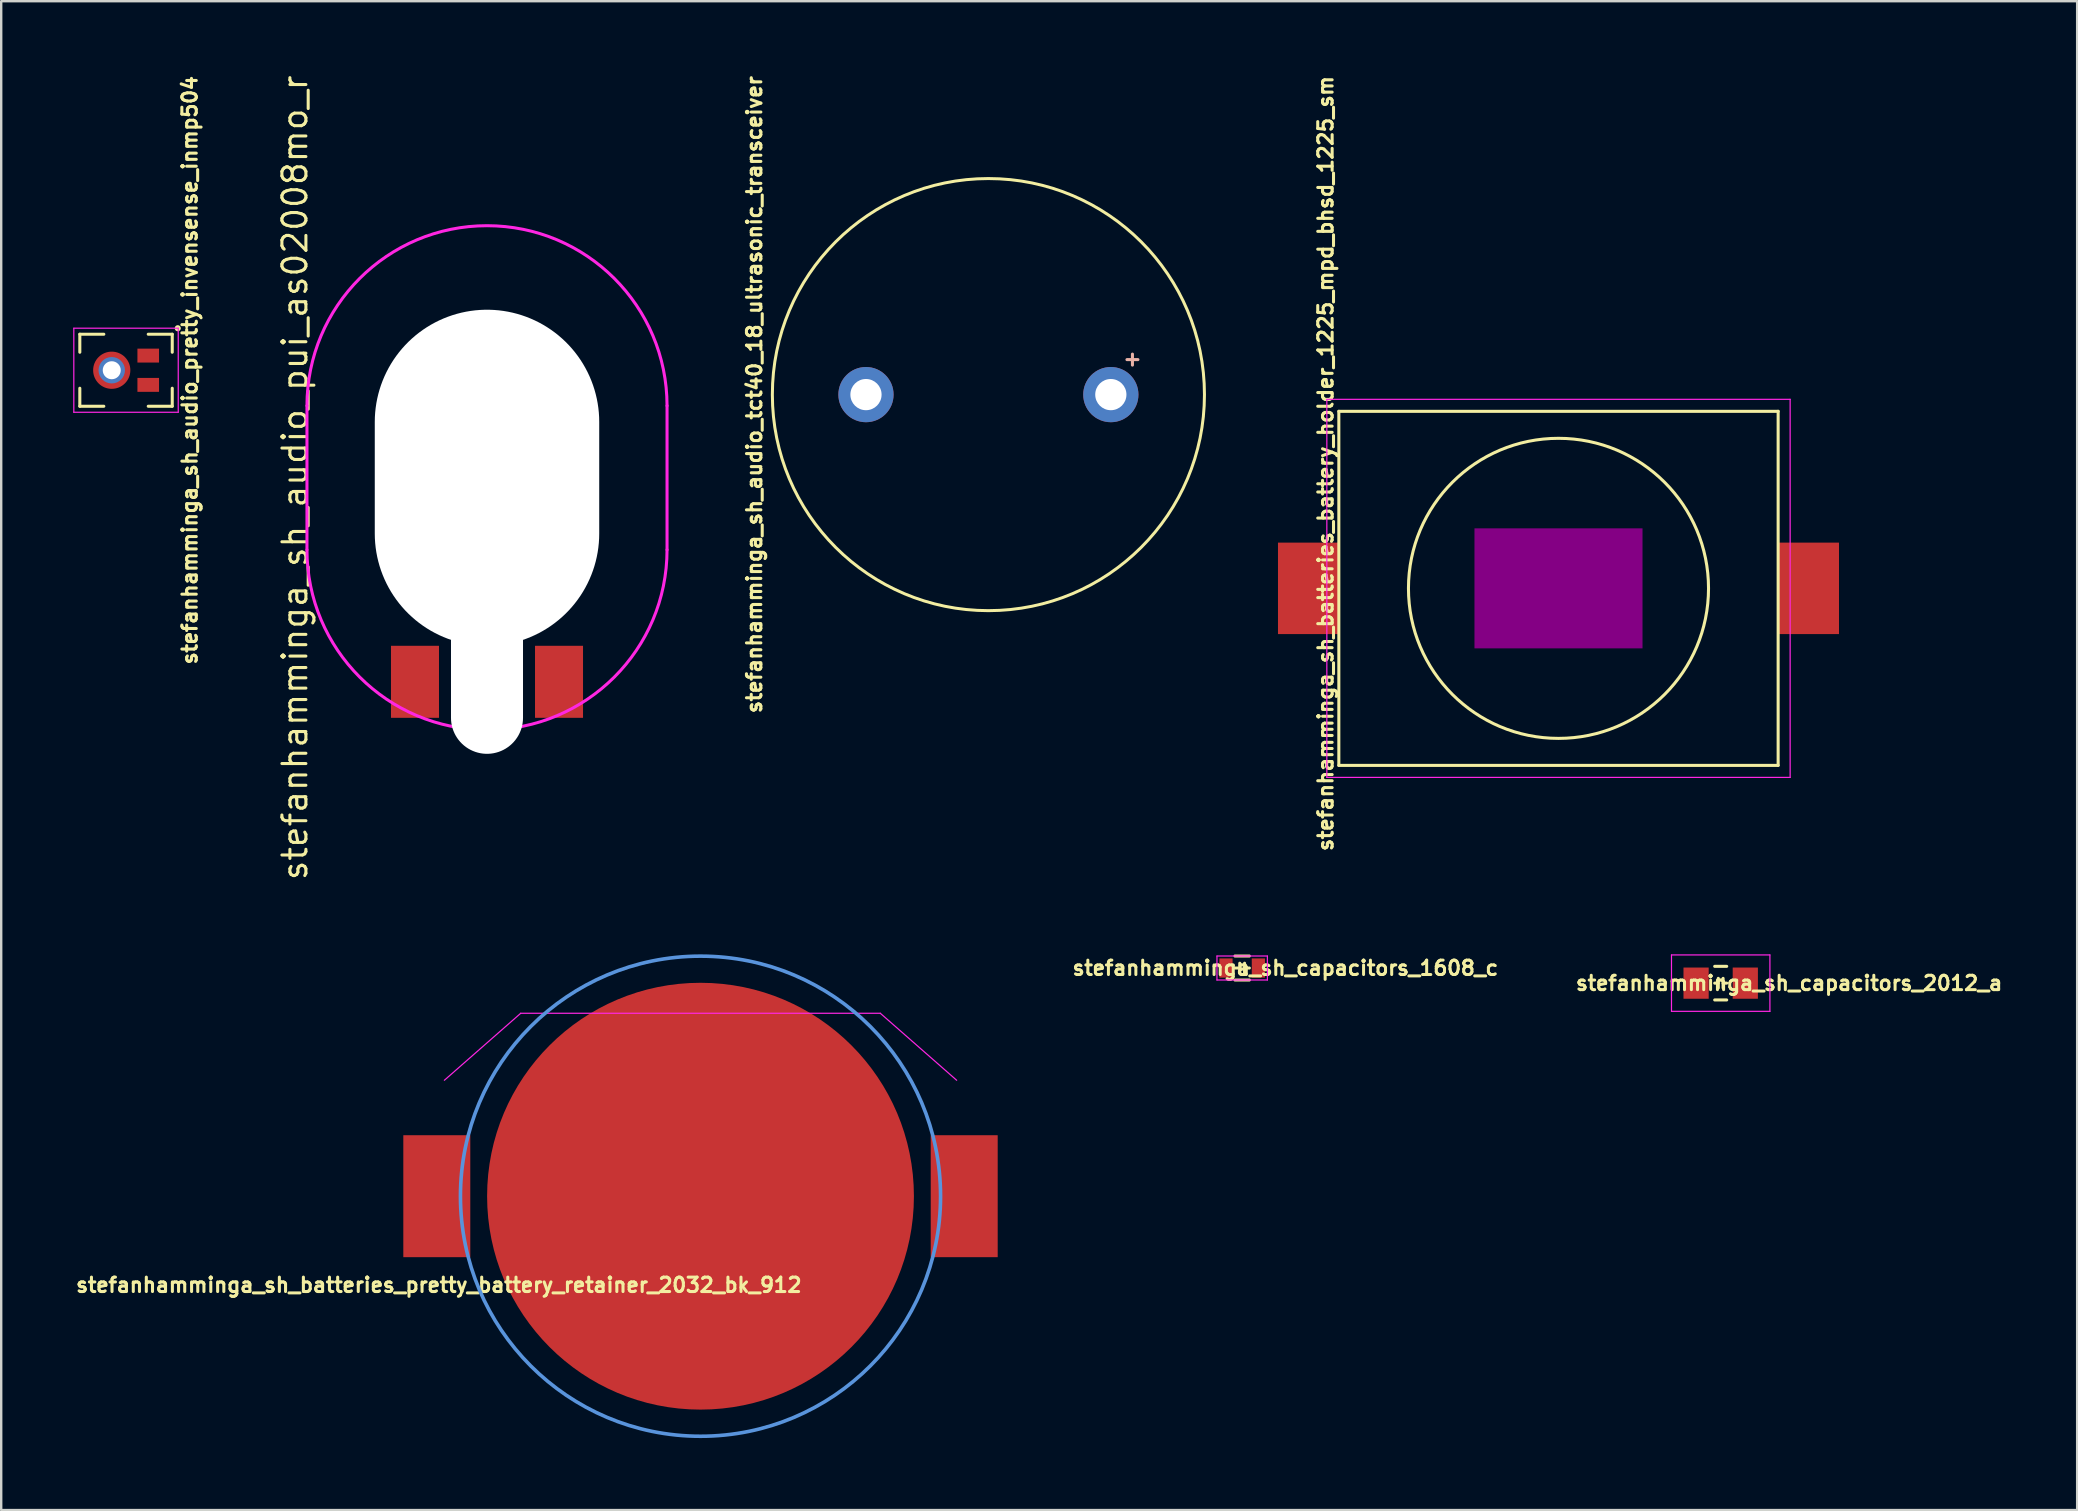
<source format=kicad_pcb>
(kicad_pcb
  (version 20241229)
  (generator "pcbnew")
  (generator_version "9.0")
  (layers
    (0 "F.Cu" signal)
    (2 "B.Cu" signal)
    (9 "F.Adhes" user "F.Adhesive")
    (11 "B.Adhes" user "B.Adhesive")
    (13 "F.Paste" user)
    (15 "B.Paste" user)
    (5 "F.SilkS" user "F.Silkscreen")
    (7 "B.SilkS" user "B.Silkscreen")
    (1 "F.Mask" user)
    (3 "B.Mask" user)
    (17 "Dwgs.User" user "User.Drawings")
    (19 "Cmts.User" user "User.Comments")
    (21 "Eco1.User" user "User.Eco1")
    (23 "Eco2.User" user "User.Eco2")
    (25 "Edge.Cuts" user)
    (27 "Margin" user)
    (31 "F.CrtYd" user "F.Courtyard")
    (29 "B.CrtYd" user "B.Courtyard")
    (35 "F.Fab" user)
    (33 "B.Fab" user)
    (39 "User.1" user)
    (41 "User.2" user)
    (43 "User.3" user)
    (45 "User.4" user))
  (footprint "stefanhamminga_sh_batteries_pretty_battery_retainer_2032_bk_912"
    (layer "F.Cu")
    (at 26.131 46.78)
    (property "Reference" "stefanhamminga_sh_batteries_pretty_battery_retainer_2032_bk_912" (at -10.9 3.7 0) (layer "F.SilkS") (effects (font (size 0.6 0.6) (thickness 0.127))))
    (attr smd)
    (fp_circle (center 0 0) (end 10 0) (stroke (width 0.15) (type solid)) (fill no) (layer "Cmts.User"))
    (fp_line (start -7.49 -7.62) (end -10.67 -4.83) (stroke (width 0.05) (type solid)) (layer "F.CrtYd"))
    (fp_line (start -7.49 -7.62) (end 7.49 -7.62) (stroke (width 0.05) (type solid)) (layer "F.CrtYd"))
    (fp_line (start 7.49 -7.62) (end 10.67 -4.83) (stroke (width 0.05) (type solid)) (layer "F.CrtYd"))
    (pad "1" smd rect (at -10.985 0) (size 2.79 5.08) (layers "F.Cu" "F.Mask" "F.Paste"))
    (pad "1" smd rect (at 10.985 0) (size 2.79 5.08) (layers "F.Cu" "F.Mask" "F.Paste"))
    (pad "2" connect circle (at 0 0) (size 17.78 17.78) (layers "F.Cu" "F.Mask")))
  (footprint "stefanhamminga_sh_audio_tct40_18_ultrasonic_transceiver"
    (layer "F.Cu")
    (at 38.124 13.388)
    (property "Reference" "stefanhamminga_sh_audio_tct40_18_ultrasonic_transceiver" (at -9.75 0 270) (layer "F.SilkS") (effects (font (size 0.6 0.6) (thickness 0.127))))
    (attr through_hole)
    (fp_circle (center 0 0) (end 0 -9) (stroke (width 0.125) (type solid)) (fill no) (layer "F.SilkS"))
    (fp_text user "+" (at 6 -1.5 0) (layer "B.SilkS") (effects (font (size 0.6 0.6) (thickness 0.127)) (justify mirror)))
    (pad "1" thru_hole circle (at -5.1 0) (size 2.3 2.3) (drill 1.3) (layers "*.Cu" "*.Mask"))
    (pad "2" thru_hole circle (at 5.1 0) (size 2.3 2.3) (drill 1.3) (layers "*.Cu" "*.Mask")))
  (footprint "stefanhamminga_sh_capacitors_2012_a"
    (layer "F.Cu")
    (at 68.629 37.905)
    (property "Reference" "stefanhamminga_sh_capacitors_2012_a" (at 2.85 0 0) (layer "F.SilkS") (effects (font (size 0.6 0.6) (thickness 0.125))))
    (attr smd)
    (fp_line (start -0.25 -0.7) (end 0.25 -0.7) (stroke (width 0.127) (type solid)) (layer "F.SilkS"))
    (fp_line (start -0.25 0.7) (end 0.25 0.7) (stroke (width 0.127) (type solid)) (layer "F.SilkS"))
    (fp_line (start -0.1 -0.2) (end -0.1 0.2) (stroke (width 0.127) (type solid)) (layer "F.SilkS"))
    (fp_line (start -0.1 0) (end -0.25 0) (stroke (width 0.127) (type solid)) (layer "F.SilkS"))
    (fp_line (start 0.1 -0.2) (end 0.1 0.2) (stroke (width 0.127) (type solid)) (layer "F.SilkS"))
    (fp_line (start 0.1 0) (end 0.25 0) (stroke (width 0.127) (type solid)) (layer "F.SilkS"))
    (fp_line (start -2.05 -1.175) (end 2.05 -1.175) (stroke (width 0.05) (type solid)) (layer "F.CrtYd"))
    (fp_line (start -2.05 1.175) (end -2.05 -1.175) (stroke (width 0.05) (type solid)) (layer "F.CrtYd"))
    (fp_line (start 2.05 -1.175) (end 2.05 1.175) (stroke (width 0.05) (type solid)) (layer "F.CrtYd"))
    (fp_line (start 2.05 1.175) (end -2.05 1.175) (stroke (width 0.05) (type solid)) (layer "F.CrtYd"))
    (pad "1" smd rect (at -1.025 0) (size 1.05 1.3) (layers "F.Cu" "F.Mask" "F.Paste"))
    (pad "2" smd rect (at 1.025 0) (size 1.05 1.3) (layers "F.Cu" "F.Mask" "F.Paste")))
  (footprint "stefanhamminga_sh_batteries_battery_holder_1225_mpd_bhsd_1225_sm"
    (layer "F.Cu")
    (at 61.872 21.459)
    (property "Reference" "stefanhamminga_sh_batteries_battery_holder_1225_mpd_bhsd_1225_sm" (at -9.7 -5.2 90) (layer "F.SilkS") (effects (font (size 0.6 0.6) (thickness 0.127))))
    (attr smd)
    (fp_line (start -9.15 -7.375) (end -9.15 7.375) (stroke (width 0.127) (type solid)) (layer "F.SilkS"))
    (fp_line (start -9.15 -7.375) (end 9.15 -7.375) (stroke (width 0.127) (type solid)) (layer "F.SilkS"))
    (fp_line (start -9.15 7.375) (end 9.15 7.375) (stroke (width 0.127) (type solid)) (layer "F.SilkS"))
    (fp_line (start 9.15 -7.375) (end 9.15 7.375) (stroke (width 0.127) (type solid)) (layer "F.SilkS"))
    (fp_circle (center 0 0) (end 0 -6.25) (stroke (width 0.127) (type solid)) (fill no) (layer "F.SilkS"))
    (fp_line (start -9.65 -7.875) (end -9.65 7.875) (stroke (width 0.05) (type solid)) (layer "F.CrtYd"))
    (fp_line (start -9.65 -7.875) (end 9.65 -7.875) (stroke (width 0.05) (type solid)) (layer "F.CrtYd"))
    (fp_line (start -9.65 7.875) (end 9.65 7.875) (stroke (width 0.05) (type solid)) (layer "F.CrtYd"))
    (fp_line (start 9.65 -7.875) (end 9.65 7.875) (stroke (width 0.05) (type solid)) (layer "F.CrtYd"))
    (pad "" smd rect (at 0 0) (size 7 5) (layers "F.Adhes"))
    (pad "1" smd rect (at -10.415 0) (size 2.54 3.81) (layers "F.Cu" "F.Mask" "F.Paste"))
    (pad "2" smd rect (at 10.415 0) (size 2.54 3.81) (layers "F.Cu" "F.Mask" "F.Paste")))
  (footprint "stefanhamminga_sh_capacitors_1608_c"
    (layer "F.Cu")
    (at 48.695 37.275)
    (property "Reference" "stefanhamminga_sh_capacitors_1608_c" (at 1.8 0 0) (layer "F.SilkS") (effects (font (size 0.6 0.6) (thickness 0.125))))
    (attr smd)
    (fp_line (start -0.3 -0.5) (end 0.3 -0.5) (stroke (width 0.127) (type solid)) (layer "F.SilkS"))
    (fp_line (start -0.3 0.5) (end 0.3 0.5) (stroke (width 0.127) (type solid)) (layer "F.SilkS"))
    (fp_line (start -0.1 -0.2) (end -0.1 0.2) (stroke (width 0.127) (type solid)) (layer "F.SilkS"))
    (fp_line (start -0.1 0) (end -0.3 0) (stroke (width 0.127) (type solid)) (layer "F.SilkS"))
    (fp_line (start 0.1 -0.2) (end 0.1 0.2) (stroke (width 0.127) (type solid)) (layer "F.SilkS"))
    (fp_line (start 0.1 0) (end 0.3 0) (stroke (width 0.127) (type solid)) (layer "F.SilkS"))
    (fp_line (start -1.05 -0.5) (end 1.05 -0.5) (stroke (width 0.05) (type solid)) (layer "F.CrtYd"))
    (fp_line (start -1.05 0.5) (end -1.05 -0.5) (stroke (width 0.05) (type solid)) (layer "F.CrtYd"))
    (fp_line (start 1.05 -0.5) (end 1.05 0.5) (stroke (width 0.05) (type solid)) (layer "F.CrtYd"))
    (fp_line (start 1.05 0.5) (end -1.05 0.5) (stroke (width 0.05) (type solid)) (layer "F.CrtYd"))
    (pad "1" smd rect (at -0.675 0) (size 0.55 0.8) (layers "F.Cu" "F.Mask" "F.Paste"))
    (pad "2" smd rect (at 0.675 0) (size 0.55 0.8) (layers "F.Cu" "F.Mask" "F.Paste")))
  (footprint "stefanhamminga_sh_audio_pretty_invensense_inmp504"
    (layer "F.Cu")
    (at 1.605 12.373)
    (property "Reference" "stefanhamminga_sh_audio_pretty_invensense_inmp504" (at 3.25 0 90) (layer "F.SilkS") (effects (font (size 0.6 0.6) (thickness 0.127))))
    (attr smd)
    (fp_line (start -1.33 -1.5) (end -1.33 -0.75) (stroke (width 0.127) (type solid)) (layer "F.SilkS"))
    (fp_line (start -1.33 -1.5) (end -0.33 -1.5) (stroke (width 0.127) (type solid)) (layer "F.SilkS"))
    (fp_line (start -1.33 1.5) (end -1.33 0.75) (stroke (width 0.127) (type solid)) (layer "F.SilkS"))
    (fp_line (start -1.33 1.5) (end -0.33 1.5) (stroke (width 0.127) (type solid)) (layer "F.SilkS"))
    (fp_line (start 1.52 -1.5) (end 2.52 -1.5) (stroke (width 0.127) (type solid)) (layer "F.SilkS"))
    (fp_line (start 2.52 -1.5) (end 2.52 -0.75) (stroke (width 0.127) (type solid)) (layer "F.SilkS"))
    (fp_line (start 2.52 0.75) (end 2.52 1.5) (stroke (width 0.127) (type solid)) (layer "F.SilkS"))
    (fp_line (start 2.52 1.5) (end 1.52 1.5) (stroke (width 0.127) (type solid)) (layer "F.SilkS"))
    (fp_circle (center 2.75 -1.75) (end 2.75 -1.814) (stroke (width 0.127) (type solid)) (fill no) (layer "F.SilkS"))
    (fp_arc (start -0.625 0) (mid -0.566442 -0.264137) (end -0.401742 -0.478778) (stroke (width 0.25) (type solid)) (layer "F.Paste"))
    (fp_arc (start 0 -0.625) (mid 0.264137 -0.566442) (end 0.478778 -0.401742) (stroke (width 0.25) (type solid)) (layer "F.Paste"))
    (fp_arc (start 0 0.625) (mid -0.264137 0.566442) (end -0.478778 0.401742) (stroke (width 0.25) (type solid)) (layer "F.Paste"))
    (fp_arc (start 0.625 0) (mid 0.566442 0.264137) (end 0.401742 0.478778) (stroke (width 0.25) (type solid)) (layer "F.Paste"))
    (fp_line (start -1.58 -1.75) (end -1.58 1.75) (stroke (width 0.05) (type solid)) (layer "F.CrtYd"))
    (fp_line (start -1.58 -1.75) (end 2.77 -1.75) (stroke (width 0.05) (type solid)) (layer "F.CrtYd"))
    (fp_line (start -1.58 1.75) (end 2.77 1.75) (stroke (width 0.05) (type solid)) (layer "F.CrtYd"))
    (fp_line (start 2.77 -1.75) (end 2.77 1.75) (stroke (width 0.05) (type solid)) (layer "F.CrtYd"))
    (pad "" thru_hole circle (at 0 0) (size 1.1 1.1) (drill 0.75) (layers "*.Cu" "*.Mask"))
    (pad "" smd circle (at 0 0) (size 1.55 1.55) (layers "F.Cu" "F.Mask"))
    (pad "1" smd rect (at 1.52 -0.61) (size 0.9 0.58) (layers "F.Cu" "F.Mask" "F.Paste"))
    (pad "3" smd rect (at 1.52 0.61) (size 0.9 0.58) (layers "F.Cu" "F.Mask" "F.Paste")))
  (footprint "stefanhamminga_sh_audio_pui_as02008mo_r"
    (layer "F.Cu")
    (at 17.237 16.852)
    (property "Reference" "stefanhamminga_sh_audio_pui_as02008mo_r" (at -8 0 90) (layer "F.SilkS") (effects (font (size 1 1) (thickness 0.127))))
    (attr smd)
    (fp_line (start -7.5 -3) (end -7.5 3) (stroke (width 0.127) (type solid)) (layer "F.CrtYd"))
    (fp_line (start 7.5 -3) (end 7.5 3) (stroke (width 0.127) (type solid)) (layer "F.CrtYd"))
    (fp_arc (start -7.5 -3) (mid 0 -10.5) (end 7.5 -3) (stroke (width 0.127) (type solid)) (layer "F.CrtYd"))
    (fp_arc (start 7.5 3) (mid 0 10.5) (end -7.5 3) (stroke (width 0.127) (type solid)) (layer "F.CrtYd"))
    (pad "" np_thru_hole oval (at 0 0) (size 9.35 14) (drill oval 9.35 14) (layers "*.Cu" "*.Mask"))
    (pad "" np_thru_hole oval (at 0 7.5) (size 3 8) (drill oval 3 8) (layers "*.Cu" "*.Mask"))
    (pad "1" smd rect (at -3 8.5) (size 2 3) (layers "F.Cu" "F.Mask" "F.Paste"))
    (pad "2" smd rect (at 3 8.5) (size 2 3) (layers "F.Cu" "F.Mask" "F.Paste")))
  (gr_rect
    (start -3 -3)
    (end 83.478 59.855)
    (stroke (width 0.1) (type default))
    (fill no)
    (layer "Edge.Cuts")))
</source>
